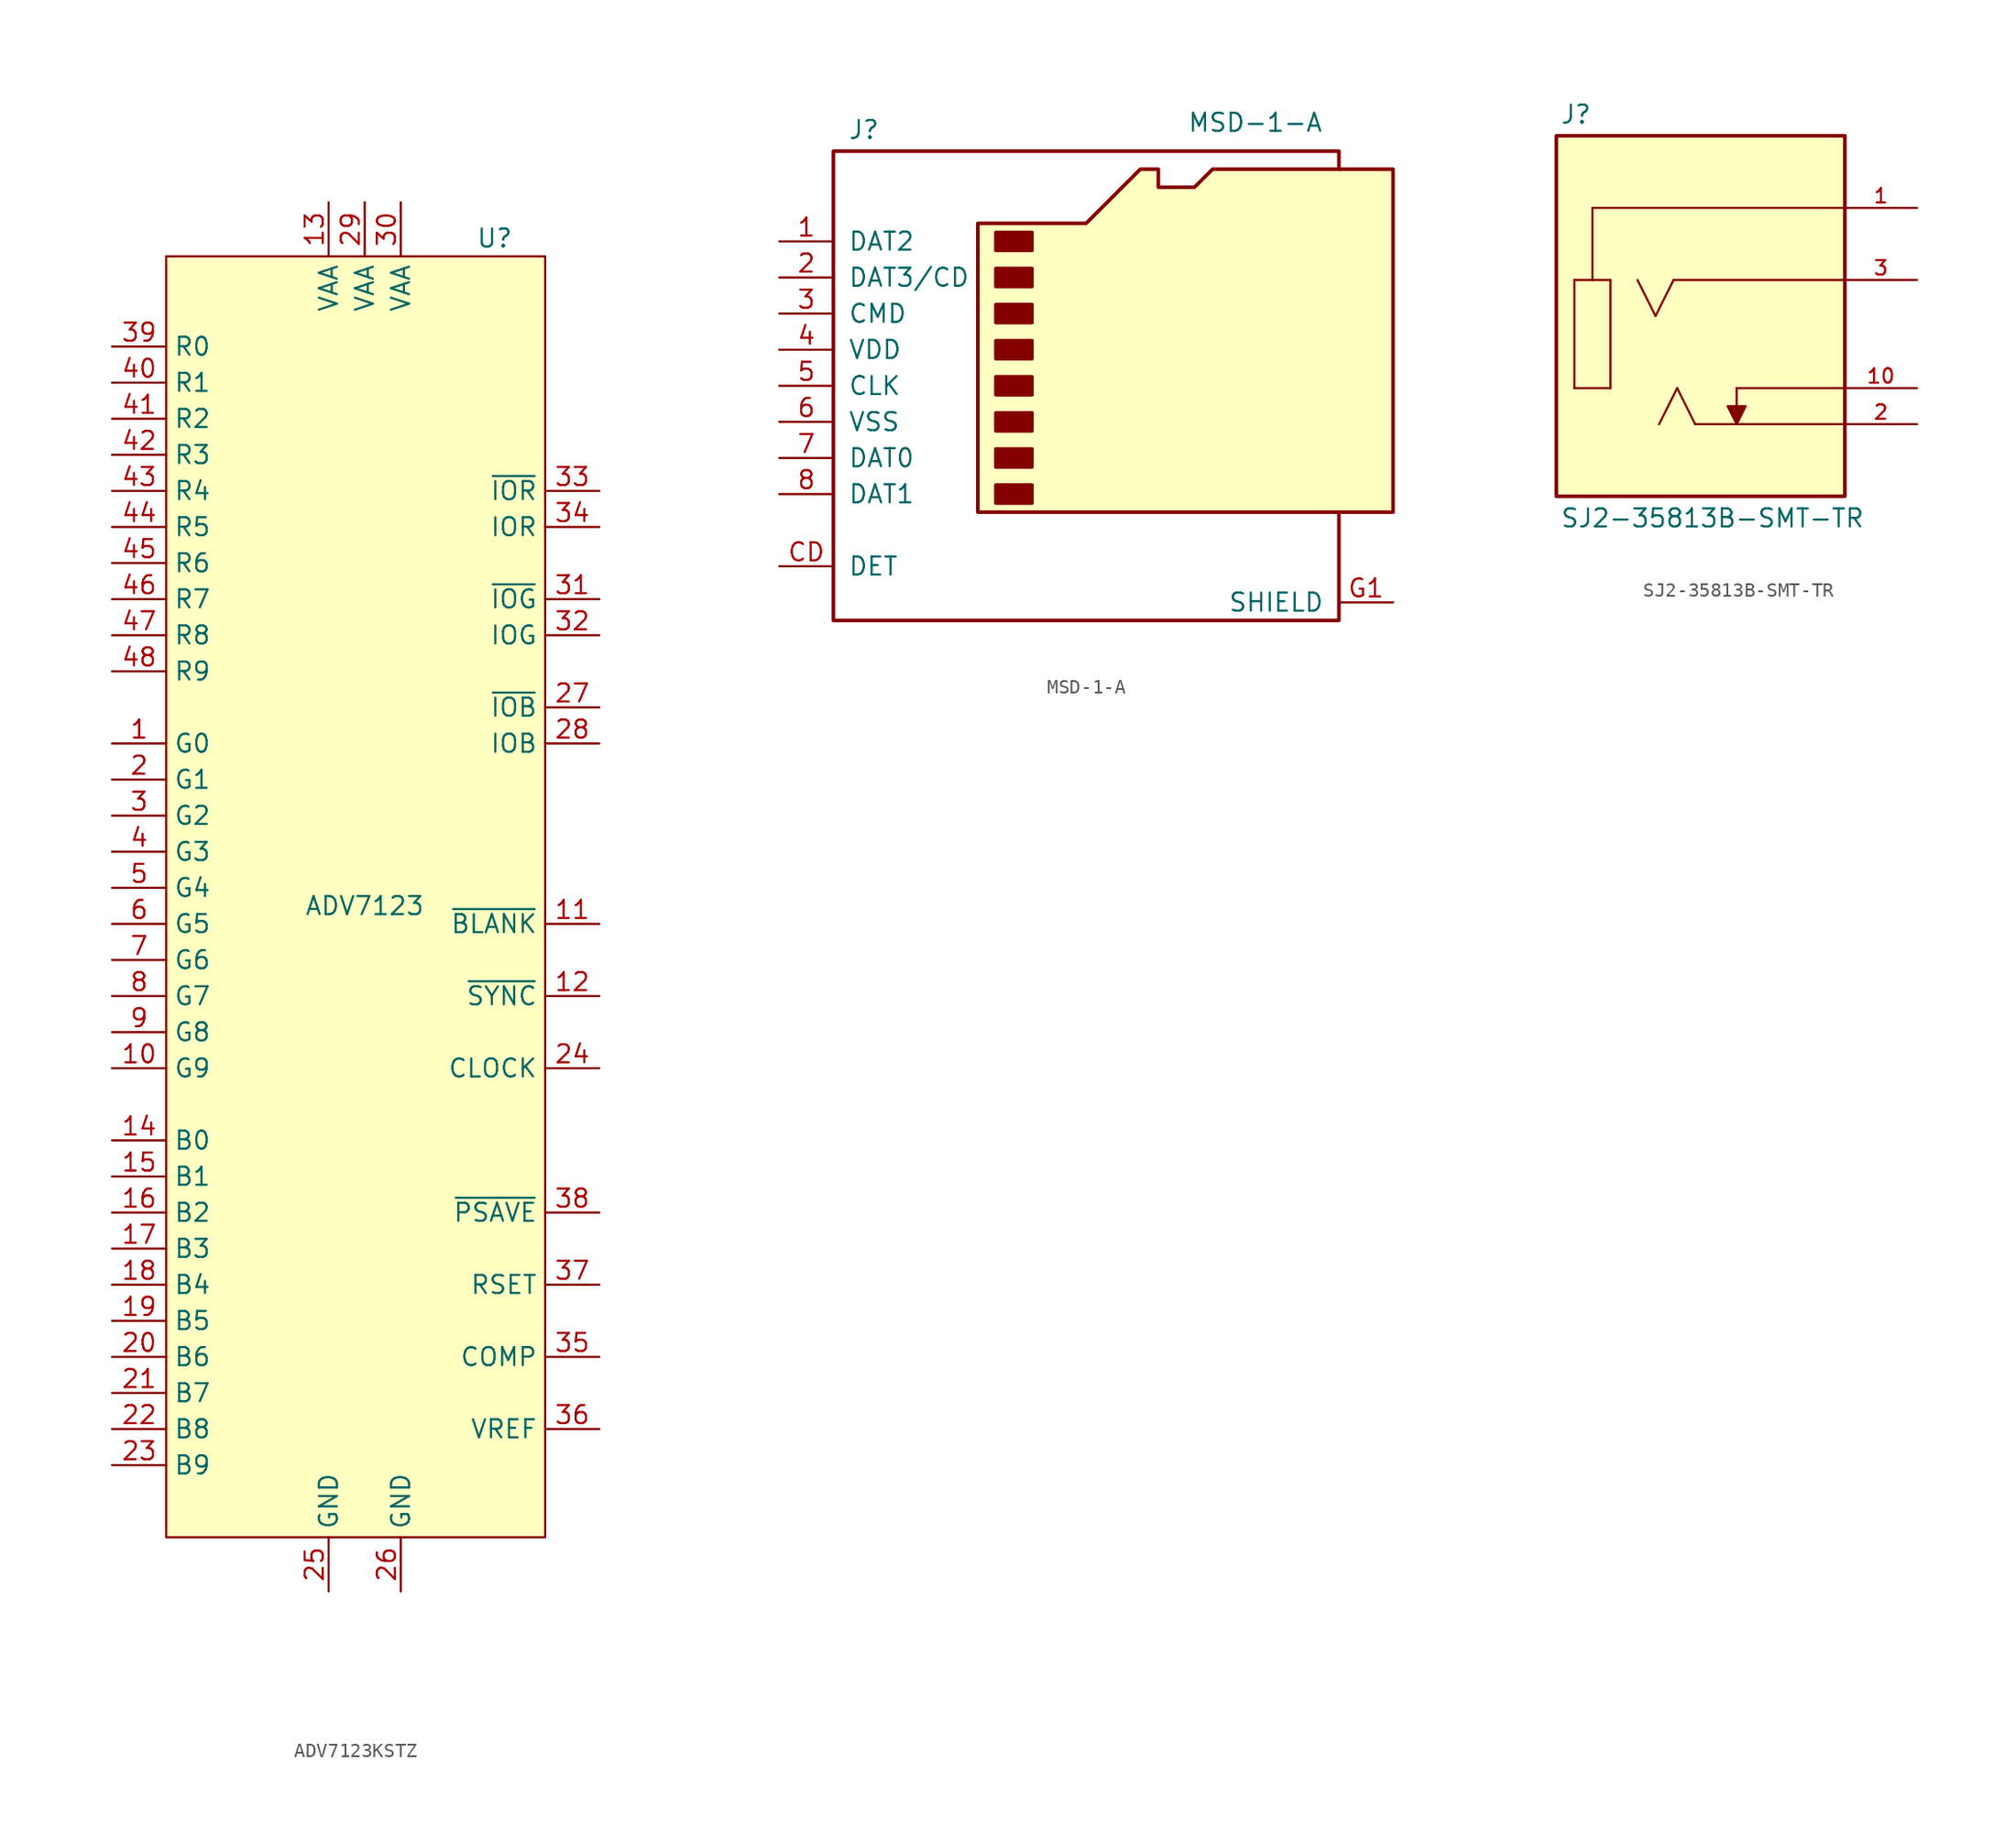
<source format=kicad_sym>
(kicad_symbol_lib
  (version 20241209)
  (generator "kicad_symbol_editor")
  (generator_version "9.0")
  (symbol "ADV7123KSTZ"
    (property "Reference" "U"
      (at 9.144 46.99 0)
      (effects (font (size 1.27 1.27))))
    (property "Value" "ADV7123"
      (at 0 0 0)
      (effects (font (size 1.27 1.27))))
    (symbol "ADV7123KSTZ_1_1"
      (rectangle (start -13.97 45.72) (end 12.7 -44.45) (stroke (width 0) (type solid)) (fill (type background)))
      (pin input line (at -17.78 39.37 0) (length 3.81) (name "R0" (effects (font (size 1.27 1.27)))) (number "39" (effects (font (size 1.27 1.27)))))
      (pin input line (at -17.78 36.83 0) (length 3.81) (name "R1" (effects (font (size 1.27 1.27)))) (number "40" (effects (font (size 1.27 1.27)))))
      (pin input line (at -17.78 34.29 0) (length 3.81) (name "R2" (effects (font (size 1.27 1.27)))) (number "41" (effects (font (size 1.27 1.27)))))
      (pin input line (at -17.78 31.75 0) (length 3.81) (name "R3" (effects (font (size 1.27 1.27)))) (number "42" (effects (font (size 1.27 1.27)))))
      (pin input line (at -17.78 29.21 0) (length 3.81) (name "R4" (effects (font (size 1.27 1.27)))) (number "43" (effects (font (size 1.27 1.27)))))
      (pin input line (at -17.78 26.67 0) (length 3.81) (name "R5" (effects (font (size 1.27 1.27)))) (number "44" (effects (font (size 1.27 1.27)))))
      (pin input line (at -17.78 24.13 0) (length 3.81) (name "R6" (effects (font (size 1.27 1.27)))) (number "45" (effects (font (size 1.27 1.27)))))
      (pin input line (at -17.78 21.59 0) (length 3.81) (name "R7" (effects (font (size 1.27 1.27)))) (number "46" (effects (font (size 1.27 1.27)))))
      (pin input line (at -17.78 19.05 0) (length 3.81) (name "R8" (effects (font (size 1.27 1.27)))) (number "47" (effects (font (size 1.27 1.27)))))
      (pin input line (at -17.78 16.51 0) (length 3.81) (name "R9" (effects (font (size 1.27 1.27)))) (number "48" (effects (font (size 1.27 1.27)))))
      (pin input line (at -17.78 11.43 0) (length 3.81) (name "G0" (effects (font (size 1.27 1.27)))) (number "1" (effects (font (size 1.27 1.27)))))
      (pin input line (at -17.78 8.89 0) (length 3.81) (name "G1" (effects (font (size 1.27 1.27)))) (number "2" (effects (font (size 1.27 1.27)))))
      (pin input line (at -17.78 6.35 0) (length 3.81) (name "G2" (effects (font (size 1.27 1.27)))) (number "3" (effects (font (size 1.27 1.27)))))
      (pin input line (at -17.78 3.81 0) (length 3.81) (name "G3" (effects (font (size 1.27 1.27)))) (number "4" (effects (font (size 1.27 1.27)))))
      (pin input line (at -17.78 1.27 0) (length 3.81) (name "G4" (effects (font (size 1.27 1.27)))) (number "5" (effects (font (size 1.27 1.27)))))
      (pin input line (at -17.78 -1.27 0) (length 3.81) (name "G5" (effects (font (size 1.27 1.27)))) (number "6" (effects (font (size 1.27 1.27)))))
      (pin input line (at -17.78 -3.81 0) (length 3.81) (name "G6" (effects (font (size 1.27 1.27)))) (number "7" (effects (font (size 1.27 1.27)))))
      (pin input line (at -17.78 -6.35 0) (length 3.81) (name "G7" (effects (font (size 1.27 1.27)))) (number "8" (effects (font (size 1.27 1.27)))))
      (pin input line (at -17.78 -8.89 0) (length 3.81) (name "G8" (effects (font (size 1.27 1.27)))) (number "9" (effects (font (size 1.27 1.27)))))
      (pin input line (at -17.78 -11.43 0) (length 3.81) (name "G9" (effects (font (size 1.27 1.27)))) (number "10" (effects (font (size 1.27 1.27)))))
      (pin input line (at -17.78 -16.51 0) (length 3.81) (name "B0" (effects (font (size 1.27 1.27)))) (number "14" (effects (font (size 1.27 1.27)))))
      (pin input line (at -17.78 -19.05 0) (length 3.81) (name "B1" (effects (font (size 1.27 1.27)))) (number "15" (effects (font (size 1.27 1.27)))))
      (pin input line (at -17.78 -21.59 0) (length 3.81) (name "B2" (effects (font (size 1.27 1.27)))) (number "16" (effects (font (size 1.27 1.27)))))
      (pin input line (at -17.78 -24.13 0) (length 3.81) (name "B3" (effects (font (size 1.27 1.27)))) (number "17" (effects (font (size 1.27 1.27)))))
      (pin input line (at -17.78 -26.67 0) (length 3.81) (name "B4" (effects (font (size 1.27 1.27)))) (number "18" (effects (font (size 1.27 1.27)))))
      (pin input line (at -17.78 -29.21 0) (length 3.81) (name "B5" (effects (font (size 1.27 1.27)))) (number "19" (effects (font (size 1.27 1.27)))))
      (pin input line (at -17.78 -31.75 0) (length 3.81) (name "B6" (effects (font (size 1.27 1.27)))) (number "20" (effects (font (size 1.27 1.27)))))
      (pin input line (at -17.78 -34.29 0) (length 3.81) (name "B7" (effects (font (size 1.27 1.27)))) (number "21" (effects (font (size 1.27 1.27)))))
      (pin input line (at -17.78 -36.83 0) (length 3.81) (name "B8" (effects (font (size 1.27 1.27)))) (number "22" (effects (font (size 1.27 1.27)))))
      (pin input line (at -17.78 -39.37 0) (length 3.81) (name "B9" (effects (font (size 1.27 1.27)))) (number "23" (effects (font (size 1.27 1.27)))))
      (pin power_in line (at -2.54 49.53 270) (length 3.81) (name "VAA" (effects (font (size 1.27 1.27)))) (number "13" (effects (font (size 1.27 1.27)))))
      (pin power_in line (at -2.54 -48.26 90) (length 3.81) (name "GND" (effects (font (size 1.27 1.27)))) (number "25" (effects (font (size 1.27 1.27)))))
      (pin power_in line (at 0 49.53 270) (length 3.81) (name "VAA" (effects (font (size 1.27 1.27)))) (number "29" (effects (font (size 1.27 1.27)))))
      (pin power_in line (at 2.54 49.53 270) (length 3.81) (name "VAA" (effects (font (size 1.27 1.27)))) (number "30" (effects (font (size 1.27 1.27)))))
      (pin power_in line (at 2.54 -48.26 90) (length 3.81) (name "GND" (effects (font (size 1.27 1.27)))) (number "26" (effects (font (size 1.27 1.27)))))
      (pin output line (at 16.51 29.21 180) (length 3.81) (name "~{IOR}" (effects (font (size 1.27 1.27)))) (number "33" (effects (font (size 1.27 1.27)))))
      (pin output line (at 16.51 26.67 180) (length 3.81) (name "IOR" (effects (font (size 1.27 1.27)))) (number "34" (effects (font (size 1.27 1.27)))))
      (pin output line (at 16.51 21.59 180) (length 3.81) (name "~{IOG}" (effects (font (size 1.27 1.27)))) (number "31" (effects (font (size 1.27 1.27)))))
      (pin output line (at 16.51 19.05 180) (length 3.81) (name "IOG" (effects (font (size 1.27 1.27)))) (number "32" (effects (font (size 1.27 1.27)))))
      (pin output line (at 16.51 13.97 180) (length 3.81) (name "~{IOB}" (effects (font (size 1.27 1.27)))) (number "27" (effects (font (size 1.27 1.27)))))
      (pin output line (at 16.51 11.43 180) (length 3.81) (name "IOB" (effects (font (size 1.27 1.27)))) (number "28" (effects (font (size 1.27 1.27)))))
      (pin input line (at 16.51 -1.27 180) (length 3.81) (name "~{BLANK}" (effects (font (size 1.27 1.27)))) (number "11" (effects (font (size 1.27 1.27)))))
      (pin input line (at 16.51 -6.35 180) (length 3.81) (name "~{SYNC}" (effects (font (size 1.27 1.27)))) (number "12" (effects (font (size 1.27 1.27)))))
      (pin input line (at 16.51 -11.43 180) (length 3.81) (name "CLOCK" (effects (font (size 1.27 1.27)))) (number "24" (effects (font (size 1.27 1.27)))))
      (pin input line (at 16.51 -21.59 180) (length 3.81) (name "~{PSAVE}" (effects (font (size 1.27 1.27)))) (number "38" (effects (font (size 1.27 1.27)))))
      (pin input line (at 16.51 -26.67 180) (length 3.81) (name "RSET" (effects (font (size 1.27 1.27)))) (number "37" (effects (font (size 1.27 1.27)))))
      (pin passive line (at 16.51 -31.75 180) (length 3.81) (name "COMP" (effects (font (size 1.27 1.27)))) (number "35" (effects (font (size 1.27 1.27)))))
      (pin output line (at 16.51 -36.83 180) (length 3.81) (name "VREF" (effects (font (size 1.27 1.27)))) (number "36" (effects (font (size 1.27 1.27)))))))
  (symbol "MSD-1-A"
    (pin_names
      (offset 1.016))
    (property "Reference" "J"
      (at -19.304 14.732 0)
      (effects (font (size 1.27 1.27)) (justify left bottom)))
    (property "Value" "MSD-1-A"
      (at 4.572 15.24 0)
      (effects (font (size 1.27 1.27)) (justify left bottom)))
    (symbol "MSD-1-A_0_1"
      (polyline (pts (xy -10.16 -11.43) (xy -10.16 8.89) (xy -2.54 8.89) (xy 1.27 12.7) (xy 2.54 12.7) (xy 2.54 11.43) (xy 5.08 11.43) (xy 6.35 12.7) (xy 19.05 12.7) (xy 19.05 -11.43) (xy -10.16 -11.43)) (stroke (width 0.254) (type default)) (fill (type background)))
      (rectangle (start -8.89 8.255) (end -6.35 6.985) (stroke (width 0.254) (type default)) (fill (type outline)))
      (rectangle (start -8.89 5.715) (end -6.35 4.445) (stroke (width 0.254) (type default)) (fill (type outline)))
      (rectangle (start -8.89 3.175) (end -6.35 1.905) (stroke (width 0.254) (type default)) (fill (type outline)))
      (rectangle (start -8.89 0.635) (end -6.35 -0.635) (stroke (width 0.254) (type default)) (fill (type outline)))
      (rectangle (start -8.89 -1.905) (end -6.35 -3.175) (stroke (width 0.254) (type default)) (fill (type outline)))
      (rectangle (start -8.89 -4.445) (end -6.35 -5.715) (stroke (width 0.254) (type default)) (fill (type outline)))
      (rectangle (start -8.89 -6.985) (end -6.35 -8.255) (stroke (width 0.254) (type default)) (fill (type outline)))
      (rectangle (start -8.89 -9.525) (end -6.35 -10.795) (stroke (width 0.254) (type default)) (fill (type outline)))
      (polyline (pts (xy 15.24 12.7) (xy 15.24 13.97) (xy -20.32 13.97) (xy -20.32 -19.05) (xy 15.24 -19.05) (xy 15.24 -11.43)) (stroke (width 0.254) (type default)) (fill (type none))))
    (symbol "MSD-1-A_1_1"
      (pin bidirectional line (at -24.13 7.62 0) (length 3.81) (name "DAT2" (effects (font (size 1.27 1.27)))) (number "1" (effects (font (size 1.27 1.27)))))
      (pin bidirectional line (at -24.13 5.08 0) (length 3.81) (name "DAT3/CD" (effects (font (size 1.27 1.27)))) (number "2" (effects (font (size 1.27 1.27)))))
      (pin input line (at -24.13 2.54 0) (length 3.81) (name "CMD" (effects (font (size 1.27 1.27)))) (number "3" (effects (font (size 1.27 1.27)))))
      (pin power_in line (at -24.13 0 0) (length 3.81) (name "VDD" (effects (font (size 1.27 1.27)))) (number "4" (effects (font (size 1.27 1.27)))))
      (pin input line (at -24.13 -2.54 0) (length 3.81) (name "CLK" (effects (font (size 1.27 1.27)))) (number "5" (effects (font (size 1.27 1.27)))))
      (pin power_in line (at -24.13 -5.08 0) (length 3.81) (name "VSS" (effects (font (size 1.27 1.27)))) (number "6" (effects (font (size 1.27 1.27)))))
      (pin bidirectional line (at -24.13 -7.62 0) (length 3.81) (name "DAT0" (effects (font (size 1.27 1.27)))) (number "7" (effects (font (size 1.27 1.27)))))
      (pin bidirectional line (at -24.13 -10.16 0) (length 3.81) (name "DAT1" (effects (font (size 1.27 1.27)))) (number "8" (effects (font (size 1.27 1.27)))))
      (pin passive line (at -24.13 -15.24 0) (length 3.81) (name "DET" (effects (font (size 1.27 1.27)))) (number "CD" (effects (font (size 1.27 1.27)))))
      (pin passive line (at 19.05 -17.78 180) (length 3.81) (name "SHIELD" (effects (font (size 1.27 1.27)))) (number "G1" (effects (font (size 1.27 1.27)))))
      (pin passive line (at 19.05 -17.78 180) (length 3.81) (hide yes) (name "SHIELD" (effects (font (size 1.27 1.27)))) (number "G2" (effects (font (size 1.27 1.27)))))
      (pin passive line (at 19.05 -17.78 180) (length 3.81) (hide yes) (name "SHIELD" (effects (font (size 1.27 1.27)))) (number "G3" (effects (font (size 1.27 1.27)))))
      (pin passive line (at 19.05 -17.78 180) (length 3.81) (hide yes) (name "SHIELD" (effects (font (size 1.27 1.27)))) (number "G4" (effects (font (size 1.27 1.27)))))))
  (symbol "SJ2-35813B-SMT-TR"
    (pin_names
      (offset 1.016))
    (property "Reference" "J"
      (at -9.906 13.462 0)
      (effects (font (size 1.27 1.27)) (justify left bottom)))
    (property "Value" "SJ2-35813B-SMT-TR"
      (at -9.906 -14.986 0)
      (effects (font (size 1.27 1.27)) (justify left bottom)))
    (symbol "SJ2-35813B-SMT-TR_0_0"
      (rectangle (start -10.16 -12.7) (end 10.16 12.7) (stroke (width 0.254) (type default)) (fill (type background)))
      (polyline (pts (xy -8.89 2.54) (xy -7.62 2.54)) (stroke (width 0.152) (type default)) (fill (type none)))
      (polyline (pts (xy -8.89 -5.08) (xy -8.89 2.54)) (stroke (width 0.152) (type default)) (fill (type none)))
      (polyline (pts (xy -7.62 7.62) (xy -7.62 2.54)) (stroke (width 0.152) (type default)) (fill (type none)))
      (polyline (pts (xy -7.62 2.54) (xy -6.35 2.54)) (stroke (width 0.152) (type default)) (fill (type none)))
      (polyline (pts (xy -6.35 2.54) (xy -6.35 -5.08)) (stroke (width 0.152) (type default)) (fill (type none)))
      (polyline (pts (xy -6.35 -5.08) (xy -8.89 -5.08)) (stroke (width 0.152) (type default)) (fill (type none)))
      (polyline (pts (xy -3.175 0) (xy -4.445 2.54)) (stroke (width 0.152) (type default)) (fill (type none)))
      (polyline (pts (xy -1.905 2.54) (xy -3.175 0)) (stroke (width 0.152) (type default)) (fill (type none)))
      (polyline (pts (xy -1.651 -5.08) (xy -2.921 -7.62)) (stroke (width 0.152) (type default)) (fill (type none)))
      (polyline (pts (xy -0.381 -7.62) (xy -1.651 -5.08)) (stroke (width 0.152) (type default)) (fill (type none)))
      (polyline (pts (xy 2.54 -5.08) (xy 2.54 -7.62)) (stroke (width 0.152) (type default)) (fill (type none)))
      (polyline (pts (xy 2.54 -7.62) (xy 1.905 -6.35) (xy 3.175 -6.35) (xy 2.54 -7.62)) (stroke (width 0.152) (type default)) (fill (type outline)))
      (polyline (pts (xy 10.16 7.62) (xy -7.62 7.62)) (stroke (width 0.152) (type default)) (fill (type none)))
      (polyline (pts (xy 10.16 2.54) (xy -1.905 2.54)) (stroke (width 0.152) (type default)) (fill (type none)))
      (polyline (pts (xy 10.16 -5.08) (xy 2.54 -5.08)) (stroke (width 0.152) (type default)) (fill (type none)))
      (polyline (pts (xy 10.16 -7.62) (xy -0.381 -7.62)) (stroke (width 0.152) (type default)) (fill (type none)))
      (pin passive line (at 15.24 7.62 180) (length 5.08) (name "~" (effects (font (size 1.016 1.016)))) (number "1" (effects (font (size 1.016 1.016)))))
      (pin passive line (at 15.24 2.54 180) (length 5.08) (name "~" (effects (font (size 1.016 1.016)))) (number "3" (effects (font (size 1.016 1.016)))))
      (pin passive line (at 15.24 -5.08 180) (length 5.08) (name "~" (effects (font (size 1.016 1.016)))) (number "10" (effects (font (size 1.016 1.016)))))
      (pin passive line (at 15.24 -7.62 180) (length 5.08) (name "~" (effects (font (size 1.016 1.016)))) (number "2" (effects (font (size 1.016 1.016))))))))
</source>
